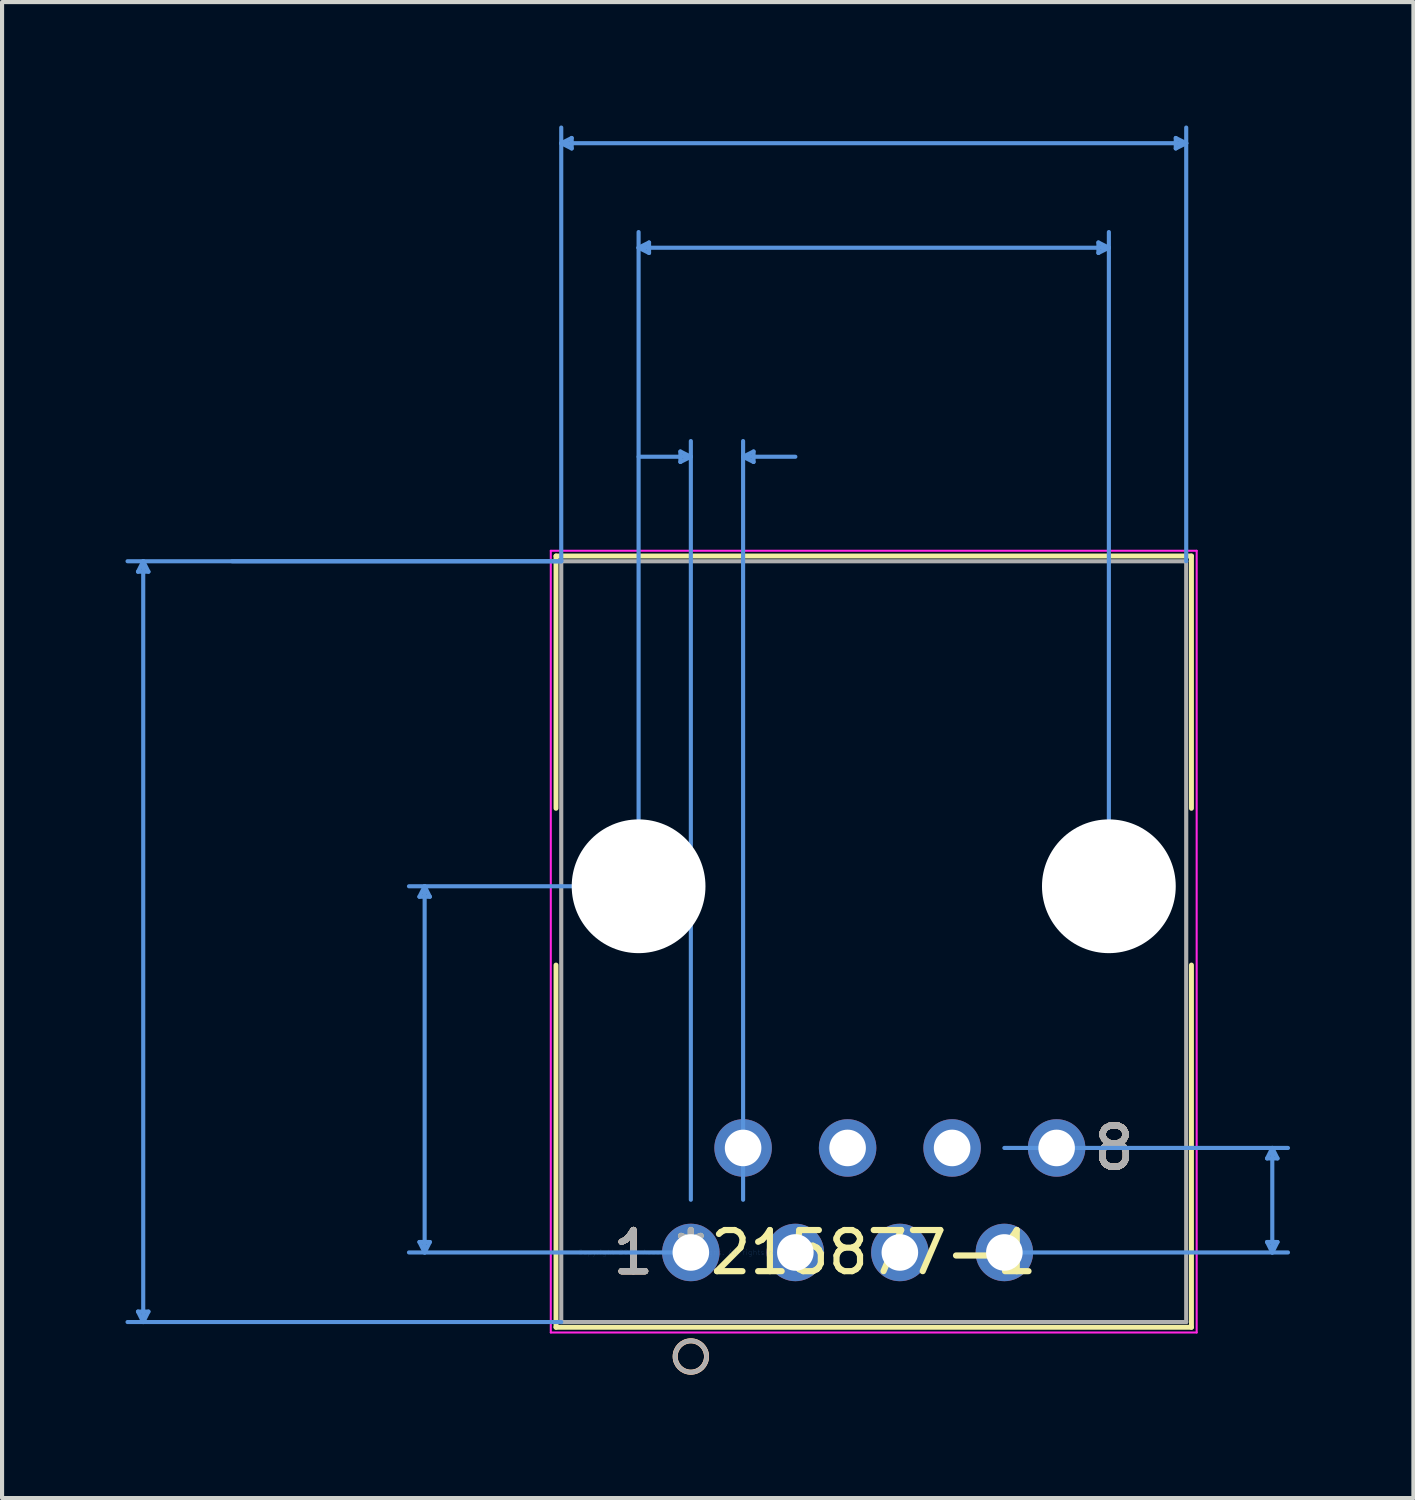
<source format=kicad_pcb>
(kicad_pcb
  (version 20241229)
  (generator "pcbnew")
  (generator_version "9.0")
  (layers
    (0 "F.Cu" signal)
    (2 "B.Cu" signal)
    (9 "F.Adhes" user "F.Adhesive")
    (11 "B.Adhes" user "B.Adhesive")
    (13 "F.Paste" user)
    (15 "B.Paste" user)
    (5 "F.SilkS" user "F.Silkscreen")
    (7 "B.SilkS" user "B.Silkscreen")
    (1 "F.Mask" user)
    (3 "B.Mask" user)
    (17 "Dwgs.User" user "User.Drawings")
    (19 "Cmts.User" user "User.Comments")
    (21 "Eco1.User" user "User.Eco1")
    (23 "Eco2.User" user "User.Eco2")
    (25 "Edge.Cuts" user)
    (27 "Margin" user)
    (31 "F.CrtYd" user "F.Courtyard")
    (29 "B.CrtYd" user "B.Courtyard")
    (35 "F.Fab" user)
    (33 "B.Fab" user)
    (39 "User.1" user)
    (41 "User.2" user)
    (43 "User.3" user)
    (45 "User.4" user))
  (footprint "215877-1"
    (layer "F.Cu")
    (at 13.741 27.391)
    (property "Reference" "215877-1" (at 4.445 0 0) (layer "F.SilkS") (effects (font (size 1 1) (thickness 0.15))))
    (attr through_hole)
    (fp_line (start -3.277 -16.927) (end -3.277 -10.795) (stroke (width 0.12) (type solid)) (layer "F.SilkS"))
    (fp_line (start -3.277 -6.985) (end -3.277 1.818) (stroke (width 0.12) (type solid)) (layer "F.SilkS"))
    (fp_line (start -3.277 1.818) (end 12.167 1.818) (stroke (width 0.12) (type solid)) (layer "F.SilkS"))
    (fp_line (start 12.167 -16.927) (end -3.277 -16.927) (stroke (width 0.12) (type solid)) (layer "F.SilkS"))
    (fp_line (start 12.167 -10.795) (end 12.167 -16.927) (stroke (width 0.12) (type solid)) (layer "F.SilkS"))
    (fp_line (start 12.167 1.818) (end 12.167 -6.985) (stroke (width 0.12) (type solid)) (layer "F.SilkS"))
    (fp_circle (center 0 2.529) (end 0.381 2.529) (stroke (width 0.12) (type solid)) (fill no) (layer "F.SilkS"))
    (fp_circle (center 0 2.529) (end 0.381 2.529) (stroke (width 0.12) (type solid)) (fill no) (layer "B.SilkS"))
    (fp_line (start -13.437 -16.546) (end -13.183 -16.546) (stroke (width 0.1) (type solid)) (layer "Cmts.User"))
    (fp_line (start -13.437 1.437) (end -13.183 1.437) (stroke (width 0.1) (type solid)) (layer "Cmts.User"))
    (fp_line (start -13.31 -16.8) (end -13.437 -16.546) (stroke (width 0.1) (type solid)) (layer "Cmts.User"))
    (fp_line (start -13.31 -16.8) (end -13.31 1.691) (stroke (width 0.1) (type solid)) (layer "Cmts.User"))
    (fp_line (start -13.31 -16.8) (end -13.183 -16.546) (stroke (width 0.1) (type solid)) (layer "Cmts.User"))
    (fp_line (start -13.31 1.691) (end -13.437 1.437) (stroke (width 0.1) (type solid)) (layer "Cmts.User"))
    (fp_line (start -13.31 1.691) (end -13.183 1.437) (stroke (width 0.1) (type solid)) (layer "Cmts.User"))
    (fp_line (start -6.597 -0.254) (end -6.47 0) (stroke (width 0.1) (type solid)) (layer "Cmts.User"))
    (fp_line (start -6.597 -8.646) (end -6.47 -8.9) (stroke (width 0.1) (type solid)) (layer "Cmts.User"))
    (fp_line (start -6.597 -8.646) (end -6.343 -8.646) (stroke (width 0.1) (type solid)) (layer "Cmts.User"))
    (fp_line (start -6.47 -8.9) (end -6.47 0) (stroke (width 0.1) (type solid)) (layer "Cmts.User"))
    (fp_line (start -6.343 -0.254) (end -6.597 -0.254) (stroke (width 0.1) (type solid)) (layer "Cmts.User"))
    (fp_line (start -6.343 -0.254) (end -6.47 0) (stroke (width 0.1) (type solid)) (layer "Cmts.User"))
    (fp_line (start -6.343 -8.646) (end -6.47 -8.9) (stroke (width 0.1) (type solid)) (layer "Cmts.User"))
    (fp_line (start -3.15 -26.96) (end -2.896 -27.087) (stroke (width 0.1) (type solid)) (layer "Cmts.User"))
    (fp_line (start -3.15 -26.96) (end -2.896 -26.833) (stroke (width 0.1) (type solid)) (layer "Cmts.User"))
    (fp_line (start -3.15 -26.96) (end 12.04 -26.96) (stroke (width 0.1) (type solid)) (layer "Cmts.User"))
    (fp_line (start -3.15 -16.8) (end -13.691 -16.8) (stroke (width 0.1) (type solid)) (layer "Cmts.User"))
    (fp_line (start -3.15 -16.8) (end -11.151 -16.8) (stroke (width 0.1) (type solid)) (layer "Cmts.User"))
    (fp_line (start -3.15 -16.8) (end -3.15 -27.341) (stroke (width 0.1) (type solid)) (layer "Cmts.User"))
    (fp_line (start -3.15 1.691) (end -13.691 1.691) (stroke (width 0.1) (type solid)) (layer "Cmts.User"))
    (fp_line (start -2.896 -27.087) (end -2.896 -26.833) (stroke (width 0.1) (type solid)) (layer "Cmts.User"))
    (fp_line (start -1.27 -24.42) (end -1.016 -24.547) (stroke (width 0.1) (type solid)) (layer "Cmts.User"))
    (fp_line (start -1.27 -24.42) (end -1.016 -24.293) (stroke (width 0.1) (type solid)) (layer "Cmts.User"))
    (fp_line (start -1.27 -24.42) (end 10.16 -24.42) (stroke (width 0.1) (type solid)) (layer "Cmts.User"))
    (fp_line (start -1.27 -10.181) (end -1.27 -24.801) (stroke (width 0.1) (type solid)) (layer "Cmts.User"))
    (fp_line (start -1.016 -24.547) (end -1.016 -24.293) (stroke (width 0.1) (type solid)) (layer "Cmts.User"))
    (fp_line (start -0.254 -19.467) (end -0.254 -19.213) (stroke (width 0.1) (type solid)) (layer "Cmts.User"))
    (fp_line (start 0 -19.34) (end -1.27 -19.34) (stroke (width 0.1) (type solid)) (layer "Cmts.User"))
    (fp_line (start 0 -19.34) (end -0.254 -19.467) (stroke (width 0.1) (type solid)) (layer "Cmts.User"))
    (fp_line (start 0 -19.34) (end -0.254 -19.213) (stroke (width 0.1) (type solid)) (layer "Cmts.User"))
    (fp_line (start 0 -8.9) (end -6.851 -8.9) (stroke (width 0.1) (type solid)) (layer "Cmts.User"))
    (fp_line (start 0 -1.281) (end 0 -19.721) (stroke (width 0.1) (type solid)) (layer "Cmts.User"))
    (fp_line (start 0 0) (end -6.851 0) (stroke (width 0.1) (type solid)) (layer "Cmts.User"))
    (fp_line (start 1.27 -19.34) (end 1.524 -19.467) (stroke (width 0.1) (type solid)) (layer "Cmts.User"))
    (fp_line (start 1.27 -19.34) (end 1.524 -19.213) (stroke (width 0.1) (type solid)) (layer "Cmts.User"))
    (fp_line (start 1.27 -19.34) (end 2.54 -19.34) (stroke (width 0.1) (type solid)) (layer "Cmts.User"))
    (fp_line (start 1.27 -1.281) (end 1.27 -19.721) (stroke (width 0.1) (type solid)) (layer "Cmts.User"))
    (fp_line (start 1.524 -19.467) (end 1.524 -19.213) (stroke (width 0.1) (type solid)) (layer "Cmts.User"))
    (fp_line (start 7.62 -2.54) (end 14.513 -2.54) (stroke (width 0.1) (type solid)) (layer "Cmts.User"))
    (fp_line (start 7.62 0) (end 14.513 0) (stroke (width 0.1) (type solid)) (layer "Cmts.User"))
    (fp_line (start 9.906 -24.547) (end 9.906 -24.293) (stroke (width 0.1) (type solid)) (layer "Cmts.User"))
    (fp_line (start 10.16 -24.42) (end 9.906 -24.547) (stroke (width 0.1) (type solid)) (layer "Cmts.User"))
    (fp_line (start 10.16 -24.42) (end 9.906 -24.293) (stroke (width 0.1) (type solid)) (layer "Cmts.User"))
    (fp_line (start 10.16 -10.181) (end 10.16 -24.801) (stroke (width 0.1) (type solid)) (layer "Cmts.User"))
    (fp_line (start 11.786 -27.087) (end 11.786 -26.833) (stroke (width 0.1) (type solid)) (layer "Cmts.User"))
    (fp_line (start 12.04 -26.96) (end 11.786 -27.087) (stroke (width 0.1) (type solid)) (layer "Cmts.User"))
    (fp_line (start 12.04 -26.96) (end 11.786 -26.833) (stroke (width 0.1) (type solid)) (layer "Cmts.User"))
    (fp_line (start 12.04 -16.8) (end 12.04 -27.341) (stroke (width 0.1) (type solid)) (layer "Cmts.User"))
    (fp_line (start 14.005 -0.254) (end 14.132 0) (stroke (width 0.1) (type solid)) (layer "Cmts.User"))
    (fp_line (start 14.005 -2.286) (end 14.132 -2.54) (stroke (width 0.1) (type solid)) (layer "Cmts.User"))
    (fp_line (start 14.005 -2.286) (end 14.259 -2.286) (stroke (width 0.1) (type solid)) (layer "Cmts.User"))
    (fp_line (start 14.132 -2.54) (end 14.132 0) (stroke (width 0.1) (type solid)) (layer "Cmts.User"))
    (fp_line (start 14.259 -0.254) (end 14.005 -0.254) (stroke (width 0.1) (type solid)) (layer "Cmts.User"))
    (fp_line (start 14.259 -0.254) (end 14.132 0) (stroke (width 0.1) (type solid)) (layer "Cmts.User"))
    (fp_line (start 14.259 -2.286) (end 14.132 -2.54) (stroke (width 0.1) (type solid)) (layer "Cmts.User"))
    (fp_line (start -3.404 -17.054) (end -3.404 1.945) (stroke (width 0.05) (type solid)) (layer "F.CrtYd"))
    (fp_line (start -3.404 1.945) (end 12.294 1.945) (stroke (width 0.05) (type solid)) (layer "F.CrtYd"))
    (fp_line (start 12.294 -17.054) (end -3.404 -17.054) (stroke (width 0.05) (type solid)) (layer "F.CrtYd"))
    (fp_line (start 12.294 1.945) (end 12.294 -17.054) (stroke (width 0.05) (type solid)) (layer "F.CrtYd"))
    (fp_line (start -3.15 -16.8) (end -3.15 1.691) (stroke (width 0.1) (type solid)) (layer "F.Fab"))
    (fp_line (start -3.15 1.691) (end 12.04 1.691) (stroke (width 0.1) (type solid)) (layer "F.Fab"))
    (fp_line (start 12.04 -16.8) (end -3.15 -16.8) (stroke (width 0.1) (type solid)) (layer "F.Fab"))
    (fp_line (start 12.04 1.691) (end 12.04 -16.8) (stroke (width 0.1) (type solid)) (layer "F.Fab"))
    (fp_circle (center 0 2.529) (end 0.381 2.529) (stroke (width 0.1) (type solid)) (fill no) (layer "F.Fab"))
    (fp_text user "8" (at 10.287 -2.54 0) (layer "F.SilkS") (effects (font (size 1 1) (thickness 0.15))))
    (fp_text user "1" (at -1.397 0 0) (layer "F.SilkS") (effects (font (size 1 1) (thickness 0.15))))
    (fp_text user "8" (at 10.287 -2.54 0) (layer "F.SilkS") (effects (font (size 1 1) (thickness 0.15))))
    (fp_text user "1" (at -1.397 0 0) (layer "F.SilkS") (effects (font (size 1 1) (thickness 0.15))))
    (fp_text user "*" (at 0 0 0) (layer "F.SilkS") (effects (font (size 1 1) (thickness 0.15))))
    (fp_text user "8" (at 10.287 -2.54 0) (layer "B.SilkS") (effects (font (size 1 1) (thickness 0.15))))
    (fp_text user "1" (at -1.397 0 0) (layer "B.SilkS") (effects (font (size 1 1) (thickness 0.15))))
    (fp_text user "8" (at 10.287 -2.54 0) (layer "B.SilkS") (effects (font (size 1 1) (thickness 0.15))))
    (fp_text user "1" (at -1.397 0 0) (layer "B.SilkS") (effects (font (size 1 1) (thickness 0.15))))
    (fp_text user "Copyright 2021 Accelerated Designs. All rights reserved." (at 0 0 0) (layer "Cmts.User") (effects (font (size 0.127 0.127) (thickness 0.002))))
    (fp_text user "*" (at 0 0 0) (layer "F.Fab") (effects (font (size 1 1) (thickness 0.15))))
    (fp_text user "1" (at -1.397 0 0) (layer "F.Fab") (effects (font (size 1 1) (thickness 0.15))))
    (fp_text user "8" (at 10.287 -2.54 0) (layer "F.Fab") (effects (font (size 1 1) (thickness 0.15))))
    (fp_text user "8" (at 10.287 -2.54 0) (layer "F.Fab") (effects (font (size 1 1) (thickness 0.15))))
    (fp_text user "1" (at -1.397 0 0) (layer "F.Fab") (effects (font (size 1 1) (thickness 0.15))))
    (pad "" np_thru_hole circle (at -1.27 -8.9) (size 3.251 3.251) (drill 3.251) (layers "*.Cu" "*.Mask"))
    (pad "" np_thru_hole circle (at 10.16 -8.9) (size 3.251 3.251) (drill 3.251) (layers "*.Cu" "*.Mask"))
    (pad "1" thru_hole circle (at 0 0) (size 1.397 1.397) (drill 0.889) (layers "*.Cu" "*.Mask"))
    (pad "2" thru_hole circle (at 1.27 -2.54) (size 1.397 1.397) (drill 0.889) (layers "*.Cu" "*.Mask"))
    (pad "3" thru_hole circle (at 2.54 0) (size 1.397 1.397) (drill 0.889) (layers "*.Cu" "*.Mask"))
    (pad "4" thru_hole circle (at 3.81 -2.54) (size 1.397 1.397) (drill 0.889) (layers "*.Cu" "*.Mask"))
    (pad "5" thru_hole circle (at 5.08 0) (size 1.397 1.397) (drill 0.889) (layers "*.Cu" "*.Mask"))
    (pad "6" thru_hole circle (at 6.35 -2.54) (size 1.397 1.397) (drill 0.889) (layers "*.Cu" "*.Mask"))
    (pad "7" thru_hole circle (at 7.62 0) (size 1.397 1.397) (drill 0.889) (layers "*.Cu" "*.Mask"))
    (pad "8" thru_hole circle (at 8.89 -2.54) (size 1.397 1.397) (drill 0.889) (layers "*.Cu" "*.Mask")))
  (gr_rect
    (start -3 -3)
    (end 31.303 33.361)
    (stroke (width 0.1) (type default))
    (fill no)
    (layer "Edge.Cuts")))
</source>
